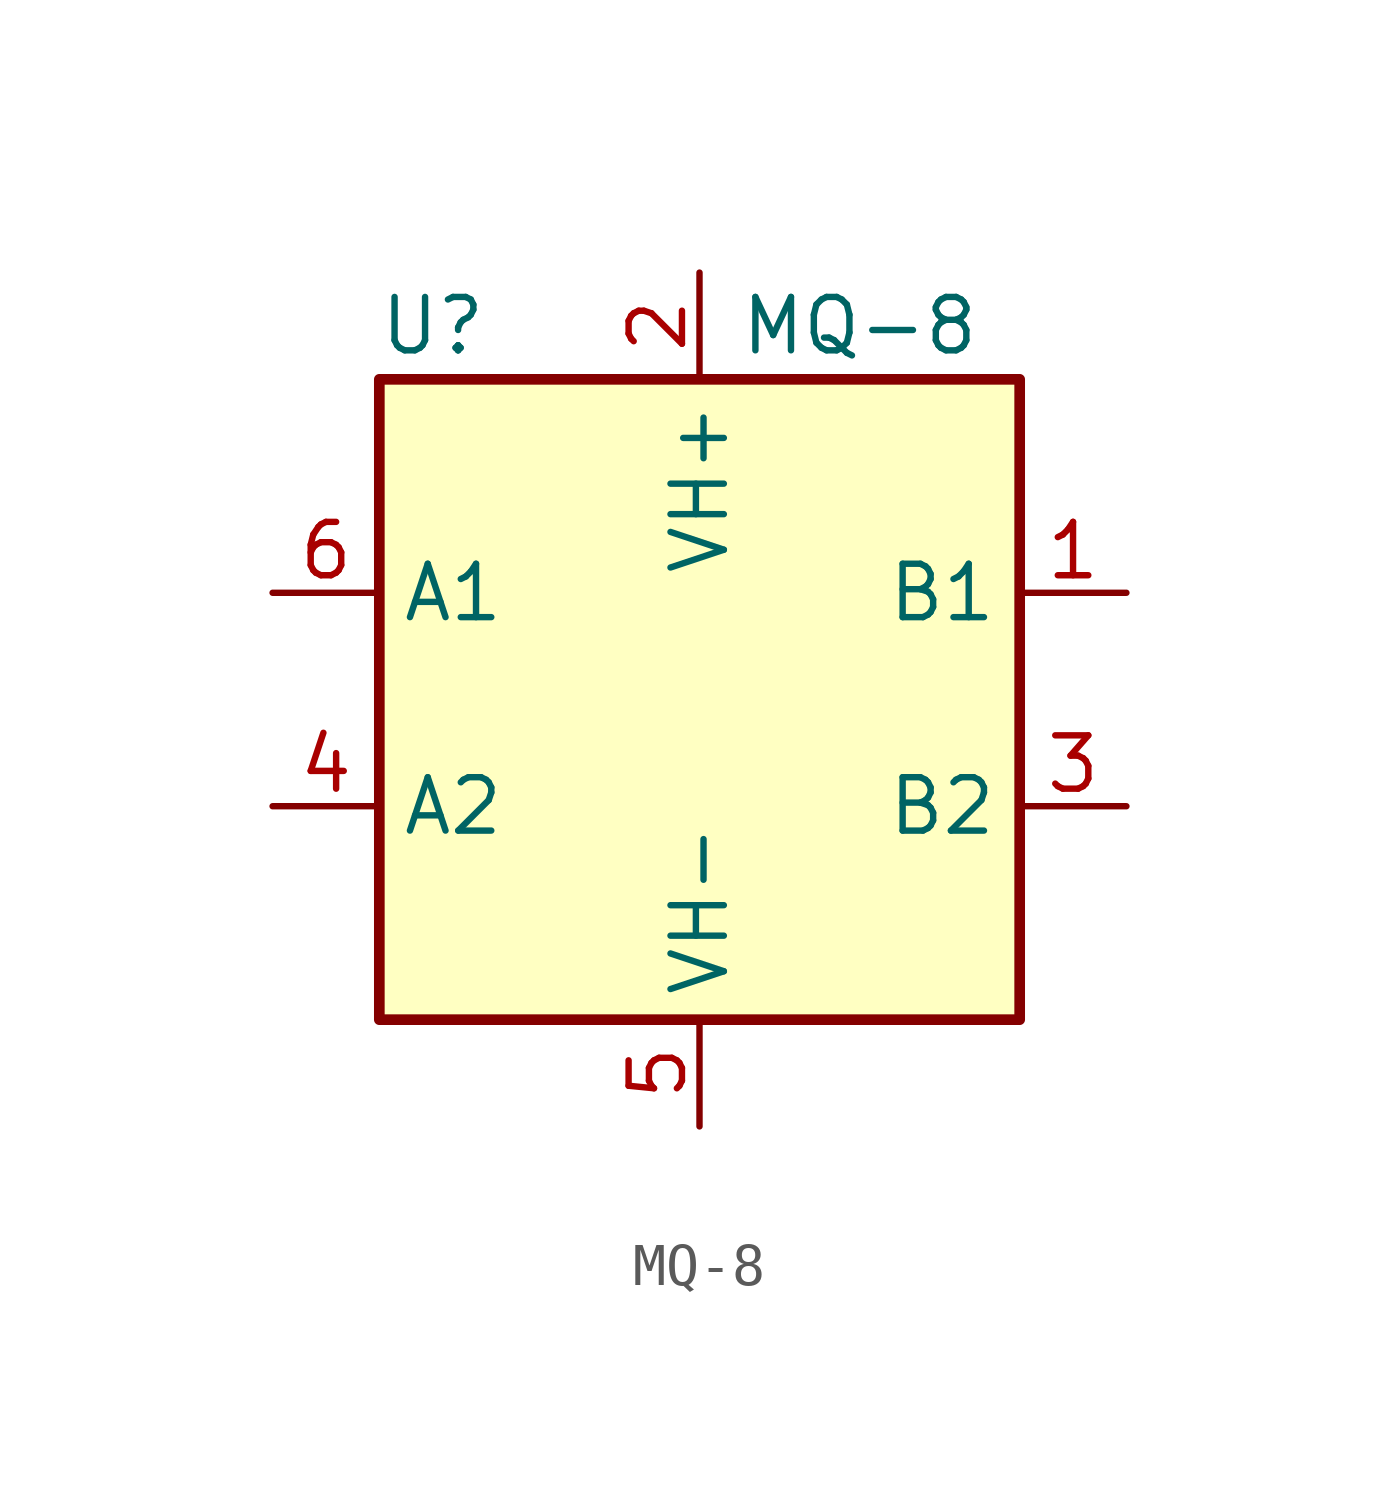
<source format=kicad_sym>
(kicad_symbol_lib
  (version 20211014)
  (generator kicad_symbol_editor)
  (symbol "MQ-8"
    (property "Reference" "U"
      (at -6.35 8.89 0)
      (effects (font (size 1.27 1.27))))
    (property "Value" "MQ-8"
      (at 3.81 8.89 0)
      (effects (font (size 1.27 1.27))))
    (symbol "MQ-8_0_1"
      (rectangle (start -7.62 7.62) (end 7.62 -7.62) (stroke (width 0.254) (type default) (color 0 0 0 0)) (fill (type background))))
    (symbol "MQ-8_1_1"
      (pin passive line (at 10.16 2.54 180) (length 2.54) (name "B1" (effects (font (size 1.27 1.27)))) (number "1" (effects (font (size 1.27 1.27)))))
      (pin power_in line (at 0 10.16 270) (length 2.54) (name "VH+" (effects (font (size 1.27 1.27)))) (number "2" (effects (font (size 1.27 1.27)))))
      (pin passive line (at 10.16 -2.54 180) (length 2.54) (name "B2" (effects (font (size 1.27 1.27)))) (number "3" (effects (font (size 1.27 1.27)))))
      (pin passive line (at -10.16 -2.54 0) (length 2.54) (name "A2" (effects (font (size 1.27 1.27)))) (number "4" (effects (font (size 1.27 1.27)))))
      (pin power_in line (at 0 -10.16 90) (length 2.54) (name "VH-" (effects (font (size 1.27 1.27)))) (number "5" (effects (font (size 1.27 1.27)))))
      (pin passive line (at -10.16 2.54 0) (length 2.54) (name "A1" (effects (font (size 1.27 1.27)))) (number "6" (effects (font (size 1.27 1.27))))))))
</source>
